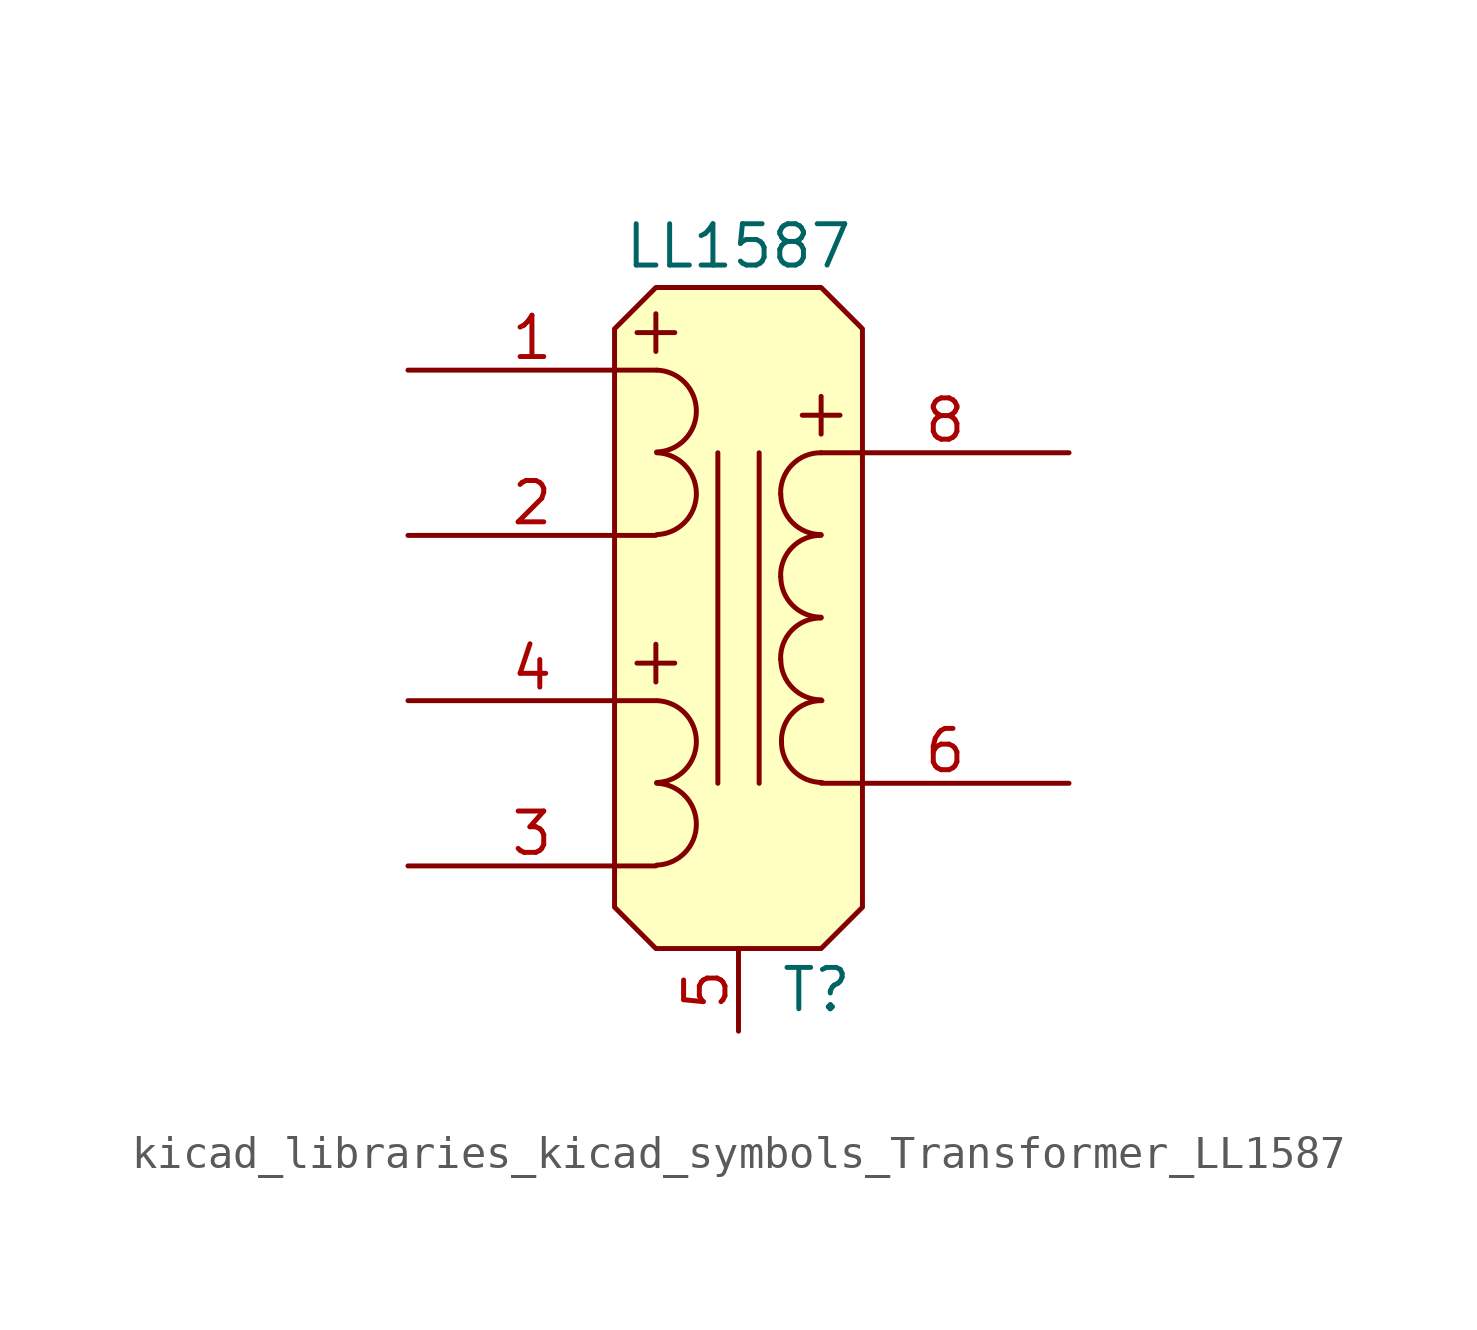
<source format=kicad_sym>
(kicad_symbol_lib
  (version 20220914)
  (generator kicad_symbol_editor)
  (symbol "kicad_libraries_kicad_symbols_Transformer_LL1587"
    (pin_names hide)
    (property "Reference" "T"
      (at 1.27 -11.43 0)
      (effects (font (size 1.27 1.27)) (justify left)))
    (property "Value" "LL1587"
      (at 0 11.43 0)
      (effects (font (size 1.27 1.27))))
    (symbol "kicad_libraries_kicad_symbols_Transformer_LL1587_0_0"
      (text "+" (at -2.54 -1.27 0) (effects (font (size 1.524 1.524))))
      (text "+" (at -2.54 8.89 0) (effects (font (size 1.524 1.524))))
      (text "+" (at 2.54 6.35 0) (effects (font (size 1.524 1.524)))))
    (symbol "kicad_libraries_kicad_symbols_Transformer_LL1587_0_1"
      (arc (start -2.5146 -7.5946) (mid -1.2951 -6.3497) (end -2.5146 -5.08) (stroke (width 0) (type default)) (fill (type none)))
      (arc (start -2.5146 -5.0546) (mid -1.2951 -3.8097) (end -2.5146 -2.54) (stroke (width 0) (type default)) (fill (type none)))
      (arc (start -2.5146 2.5654) (mid -1.2951 3.8103) (end -2.5146 5.08) (stroke (width 0) (type default)) (fill (type none)))
      (arc (start -2.5146 5.1054) (mid -1.2951 6.3503) (end -2.5146 7.62) (stroke (width 0) (type default)) (fill (type none)))
      (polyline (pts (xy -0.635 5.08) (xy -0.635 -5.08)) (stroke (width 0) (type default)) (fill (type none)))
      (polyline (pts (xy 0.635 -5.08) (xy 0.635 5.08)) (stroke (width 0) (type default)) (fill (type none)))
      (polyline (pts (xy -3.81 8.89) (xy -3.81 -8.89) (xy -2.54 -10.16) (xy 2.54 -10.16) (xy 3.81 -8.89) (xy 3.81 8.89) (xy 2.54 10.16) (xy -2.54 10.16) (xy -3.81 8.89) (xy -3.81 8.89)) (stroke (width 0) (type default)) (fill (type background)))
      (arc (start 1.2954 -1.27) (mid 1.6599 -2.1501) (end 2.54 -2.5146) (stroke (width 0) (type default)) (fill (type none)))
      (arc (start 1.2954 1.27) (mid 1.6599 0.3899) (end 2.54 0.0254) (stroke (width 0) (type default)) (fill (type none)))
      (arc (start 1.2954 3.81) (mid 1.6599 2.9299) (end 2.54 2.5654) (stroke (width 0) (type default)) (fill (type none)))
      (arc (start 1.3208 -3.81) (mid 1.6853 -4.6901) (end 2.5654 -5.0546) (stroke (width 0) (type default)) (fill (type none)))
      (arc (start 2.54 0) (mid 1.642 -0.372) (end 1.2954 -1.27) (stroke (width 0) (type default)) (fill (type none)))
      (arc (start 2.54 2.54) (mid 1.642 2.168) (end 1.2954 1.27) (stroke (width 0) (type default)) (fill (type none)))
      (arc (start 2.54 5.08) (mid 1.642 4.708) (end 1.2954 3.81) (stroke (width 0) (type default)) (fill (type none)))
      (arc (start 2.5654 -2.54) (mid 1.6674 -2.912) (end 1.3208 -3.81) (stroke (width 0) (type default)) (fill (type none))))
    (symbol "kicad_libraries_kicad_symbols_Transformer_LL1587_1_1"
      (pin passive line (at -10.16 7.62 0) (length 7.62) (name "P1+" (effects (font (size 1.27 1.27)))) (number "1" (effects (font (size 1.27 1.27)))))
      (pin passive line (at -10.16 2.54 0) (length 7.62) (name "P1-" (effects (font (size 1.27 1.27)))) (number "2" (effects (font (size 1.27 1.27)))))
      (pin passive line (at -10.16 -7.62 0) (length 7.62) (name "P2-" (effects (font (size 1.27 1.27)))) (number "3" (effects (font (size 1.27 1.27)))))
      (pin passive line (at -10.16 -2.54 0) (length 7.62) (name "P2+" (effects (font (size 1.27 1.27)))) (number "4" (effects (font (size 1.27 1.27)))))
      (pin input line (at 0 -12.7 90) (length 2.54) (name "~" (effects (font (size 1.27 1.27)))) (number "5" (effects (font (size 1.27 1.27)))))
      (pin passive line (at 10.16 -5.08 180) (length 7.62) (name "S-" (effects (font (size 1.27 1.27)))) (number "6" (effects (font (size 1.27 1.27)))))
      (pin passive line (at 10.16 5.08 180) (length 7.62) (name "S+" (effects (font (size 1.27 1.27)))) (number "8" (effects (font (size 1.27 1.27))))))))
</source>
